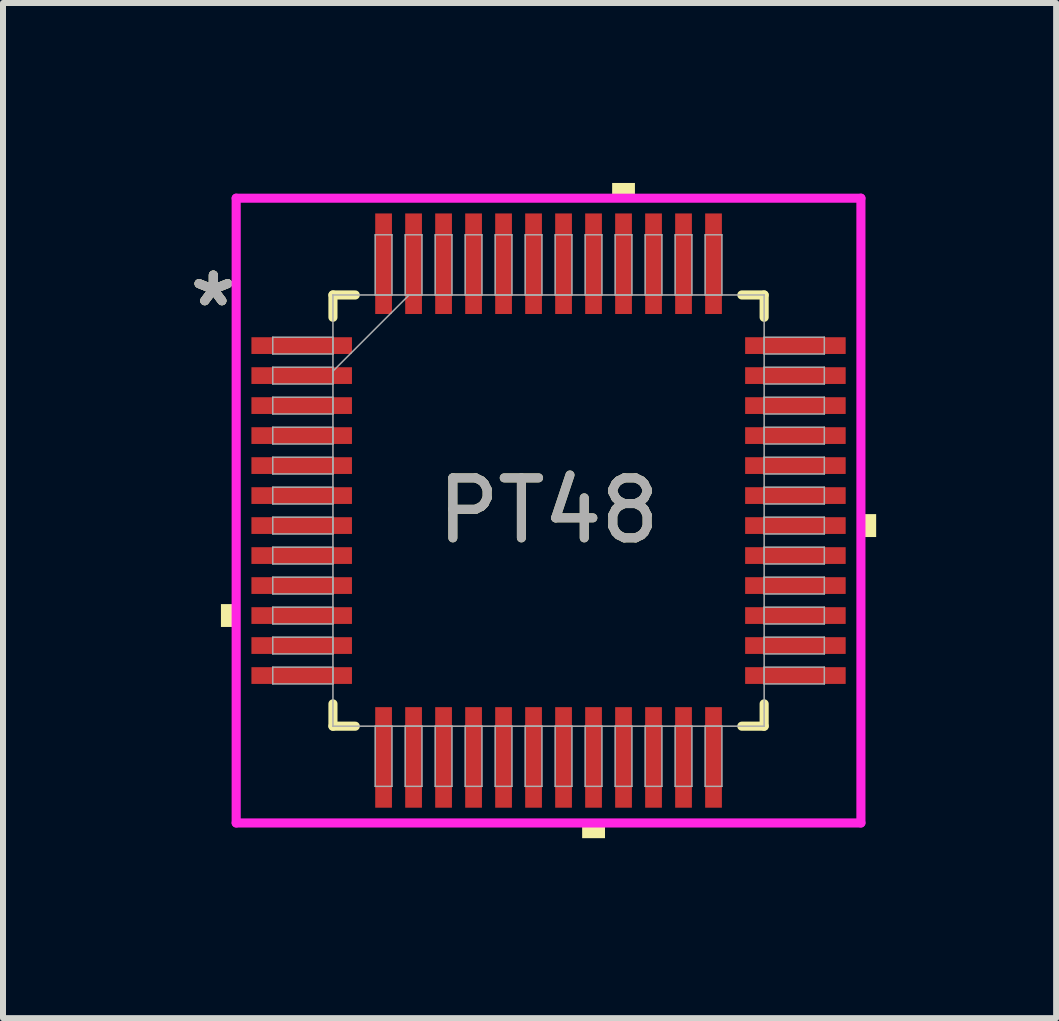
<source format=kicad_pcb>
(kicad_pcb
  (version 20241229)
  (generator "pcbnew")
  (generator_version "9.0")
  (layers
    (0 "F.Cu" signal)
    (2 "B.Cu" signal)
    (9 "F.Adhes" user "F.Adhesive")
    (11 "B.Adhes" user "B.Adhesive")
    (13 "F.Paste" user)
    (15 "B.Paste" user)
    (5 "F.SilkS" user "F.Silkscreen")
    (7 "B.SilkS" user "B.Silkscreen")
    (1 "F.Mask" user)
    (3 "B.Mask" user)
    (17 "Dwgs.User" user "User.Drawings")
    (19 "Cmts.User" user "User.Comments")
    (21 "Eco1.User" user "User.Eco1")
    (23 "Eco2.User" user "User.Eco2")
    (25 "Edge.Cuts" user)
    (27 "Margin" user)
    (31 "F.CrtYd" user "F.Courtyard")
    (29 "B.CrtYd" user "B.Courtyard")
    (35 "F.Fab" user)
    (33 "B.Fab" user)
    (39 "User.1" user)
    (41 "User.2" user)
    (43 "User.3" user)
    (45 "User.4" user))
  (footprint "PT48"
    (layer "F.Cu")
    (at 6.094 5.461)
    (property "Reference" "PT48" (at 0 0 0) (unlocked yes) (layer "F.SilkS") (effects (font (size 1 1) (thickness 0.15))))
    (attr smd)
    (fp_line (start -3.594 -3.594) (end -3.594 -3.222) (stroke (width 0.152) (type solid)) (layer "F.SilkS"))
    (fp_line (start -3.594 3.222) (end -3.594 3.594) (stroke (width 0.152) (type solid)) (layer "F.SilkS"))
    (fp_line (start -3.594 3.594) (end -3.222 3.594) (stroke (width 0.152) (type solid)) (layer "F.SilkS"))
    (fp_line (start -3.222 -3.594) (end -3.594 -3.594) (stroke (width 0.152) (type solid)) (layer "F.SilkS"))
    (fp_line (start 3.222 3.594) (end 3.594 3.594) (stroke (width 0.152) (type solid)) (layer "F.SilkS"))
    (fp_line (start 3.594 -3.594) (end 3.222 -3.594) (stroke (width 0.152) (type solid)) (layer "F.SilkS"))
    (fp_line (start 3.594 -3.222) (end 3.594 -3.594) (stroke (width 0.152) (type solid)) (layer "F.SilkS"))
    (fp_line (start 3.594 3.594) (end 3.594 3.222) (stroke (width 0.152) (type solid)) (layer "F.SilkS"))
    (fp_poly (pts (xy -5.461 1.559) (xy -5.461 1.94) (xy -5.207 1.94) (xy -5.207 1.559)) (stroke (width 0) (type solid)) (fill yes) (layer "F.SilkS"))
    (fp_poly (pts (xy 0.56 5.207) (xy 0.56 5.461) (xy 0.941 5.461) (xy 0.941 5.207)) (stroke (width 0) (type solid)) (fill yes) (layer "F.SilkS"))
    (fp_poly (pts (xy 1.06 -5.207) (xy 1.06 -5.461) (xy 1.44 -5.461) (xy 1.44 -5.207)) (stroke (width 0) (type solid)) (fill yes) (layer "F.SilkS"))
    (fp_poly (pts (xy 5.461 0.059) (xy 5.461 0.441) (xy 5.207 0.441) (xy 5.207 0.059)) (stroke (width 0) (type solid)) (fill yes) (layer "F.SilkS"))
    (fp_line (start -5.207 -5.207) (end 5.207 -5.207) (stroke (width 0.152) (type solid)) (layer "F.CrtYd"))
    (fp_line (start -5.207 5.207) (end -5.207 -5.207) (stroke (width 0.152) (type solid)) (layer "F.CrtYd"))
    (fp_line (start 5.207 -5.207) (end 5.207 5.207) (stroke (width 0.152) (type solid)) (layer "F.CrtYd"))
    (fp_line (start 5.207 5.207) (end -5.207 5.207) (stroke (width 0.152) (type solid)) (layer "F.CrtYd"))
    (fp_line (start -4.597 -2.89) (end -4.597 -2.61) (stroke (width 0.025) (type solid)) (layer "F.Fab"))
    (fp_line (start -4.597 -2.61) (end -3.594 -2.61) (stroke (width 0.025) (type solid)) (layer "F.Fab"))
    (fp_line (start -4.597 -2.39) (end -4.597 -2.11) (stroke (width 0.025) (type solid)) (layer "F.Fab"))
    (fp_line (start -4.597 -2.11) (end -3.594 -2.11) (stroke (width 0.025) (type solid)) (layer "F.Fab"))
    (fp_line (start -4.597 -1.89) (end -4.597 -1.61) (stroke (width 0.025) (type solid)) (layer "F.Fab"))
    (fp_line (start -4.597 -1.61) (end -3.594 -1.61) (stroke (width 0.025) (type solid)) (layer "F.Fab"))
    (fp_line (start -4.597 -1.39) (end -4.597 -1.11) (stroke (width 0.025) (type solid)) (layer "F.Fab"))
    (fp_line (start -4.597 -1.11) (end -3.594 -1.11) (stroke (width 0.025) (type solid)) (layer "F.Fab"))
    (fp_line (start -4.597 -0.89) (end -4.597 -0.61) (stroke (width 0.025) (type solid)) (layer "F.Fab"))
    (fp_line (start -4.597 -0.61) (end -3.594 -0.61) (stroke (width 0.025) (type solid)) (layer "F.Fab"))
    (fp_line (start -4.597 -0.39) (end -4.597 -0.11) (stroke (width 0.025) (type solid)) (layer "F.Fab"))
    (fp_line (start -4.597 -0.11) (end -3.594 -0.11) (stroke (width 0.025) (type solid)) (layer "F.Fab"))
    (fp_line (start -4.597 0.11) (end -4.597 0.39) (stroke (width 0.025) (type solid)) (layer "F.Fab"))
    (fp_line (start -4.597 0.39) (end -3.594 0.39) (stroke (width 0.025) (type solid)) (layer "F.Fab"))
    (fp_line (start -4.597 0.61) (end -4.597 0.89) (stroke (width 0.025) (type solid)) (layer "F.Fab"))
    (fp_line (start -4.597 0.89) (end -3.594 0.89) (stroke (width 0.025) (type solid)) (layer "F.Fab"))
    (fp_line (start -4.597 1.11) (end -4.597 1.39) (stroke (width 0.025) (type solid)) (layer "F.Fab"))
    (fp_line (start -4.597 1.39) (end -3.594 1.39) (stroke (width 0.025) (type solid)) (layer "F.Fab"))
    (fp_line (start -4.597 1.61) (end -4.597 1.89) (stroke (width 0.025) (type solid)) (layer "F.Fab"))
    (fp_line (start -4.597 1.89) (end -3.594 1.89) (stroke (width 0.025) (type solid)) (layer "F.Fab"))
    (fp_line (start -4.597 2.11) (end -4.597 2.39) (stroke (width 0.025) (type solid)) (layer "F.Fab"))
    (fp_line (start -4.597 2.39) (end -3.594 2.39) (stroke (width 0.025) (type solid)) (layer "F.Fab"))
    (fp_line (start -4.597 2.61) (end -4.597 2.89) (stroke (width 0.025) (type solid)) (layer "F.Fab"))
    (fp_line (start -4.597 2.89) (end -3.594 2.89) (stroke (width 0.025) (type solid)) (layer "F.Fab"))
    (fp_line (start -3.594 -3.594) (end -3.594 -3.594) (stroke (width 0.025) (type solid)) (layer "F.Fab"))
    (fp_line (start -3.594 -3.594) (end -3.594 3.594) (stroke (width 0.025) (type solid)) (layer "F.Fab"))
    (fp_line (start -3.594 -2.89) (end -4.597 -2.89) (stroke (width 0.025) (type solid)) (layer "F.Fab"))
    (fp_line (start -3.594 -2.61) (end -3.594 -2.89) (stroke (width 0.025) (type solid)) (layer "F.Fab"))
    (fp_line (start -3.594 -2.39) (end -4.597 -2.39) (stroke (width 0.025) (type solid)) (layer "F.Fab"))
    (fp_line (start -3.594 -2.324) (end -2.324 -3.594) (stroke (width 0.025) (type solid)) (layer "F.Fab"))
    (fp_line (start -3.594 -2.11) (end -3.594 -2.39) (stroke (width 0.025) (type solid)) (layer "F.Fab"))
    (fp_line (start -3.594 -1.89) (end -4.597 -1.89) (stroke (width 0.025) (type solid)) (layer "F.Fab"))
    (fp_line (start -3.594 -1.61) (end -3.594 -1.89) (stroke (width 0.025) (type solid)) (layer "F.Fab"))
    (fp_line (start -3.594 -1.39) (end -4.597 -1.39) (stroke (width 0.025) (type solid)) (layer "F.Fab"))
    (fp_line (start -3.594 -1.11) (end -3.594 -1.39) (stroke (width 0.025) (type solid)) (layer "F.Fab"))
    (fp_line (start -3.594 -0.89) (end -4.597 -0.89) (stroke (width 0.025) (type solid)) (layer "F.Fab"))
    (fp_line (start -3.594 -0.61) (end -3.594 -0.89) (stroke (width 0.025) (type solid)) (layer "F.Fab"))
    (fp_line (start -3.594 -0.39) (end -4.597 -0.39) (stroke (width 0.025) (type solid)) (layer "F.Fab"))
    (fp_line (start -3.594 -0.11) (end -3.594 -0.39) (stroke (width 0.025) (type solid)) (layer "F.Fab"))
    (fp_line (start -3.594 0.11) (end -4.597 0.11) (stroke (width 0.025) (type solid)) (layer "F.Fab"))
    (fp_line (start -3.594 0.39) (end -3.594 0.11) (stroke (width 0.025) (type solid)) (layer "F.Fab"))
    (fp_line (start -3.594 0.61) (end -4.597 0.61) (stroke (width 0.025) (type solid)) (layer "F.Fab"))
    (fp_line (start -3.594 0.89) (end -3.594 0.61) (stroke (width 0.025) (type solid)) (layer "F.Fab"))
    (fp_line (start -3.594 1.11) (end -4.597 1.11) (stroke (width 0.025) (type solid)) (layer "F.Fab"))
    (fp_line (start -3.594 1.39) (end -3.594 1.11) (stroke (width 0.025) (type solid)) (layer "F.Fab"))
    (fp_line (start -3.594 1.61) (end -4.597 1.61) (stroke (width 0.025) (type solid)) (layer "F.Fab"))
    (fp_line (start -3.594 1.89) (end -3.594 1.61) (stroke (width 0.025) (type solid)) (layer "F.Fab"))
    (fp_line (start -3.594 2.11) (end -4.597 2.11) (stroke (width 0.025) (type solid)) (layer "F.Fab"))
    (fp_line (start -3.594 2.39) (end -3.594 2.11) (stroke (width 0.025) (type solid)) (layer "F.Fab"))
    (fp_line (start -3.594 2.61) (end -4.597 2.61) (stroke (width 0.025) (type solid)) (layer "F.Fab"))
    (fp_line (start -3.594 2.89) (end -3.594 2.61) (stroke (width 0.025) (type solid)) (layer "F.Fab"))
    (fp_line (start -3.594 3.594) (end -3.594 3.594) (stroke (width 0.025) (type solid)) (layer "F.Fab"))
    (fp_line (start -3.594 3.594) (end 3.594 3.594) (stroke (width 0.025) (type solid)) (layer "F.Fab"))
    (fp_line (start -2.89 -4.597) (end -2.89 -3.594) (stroke (width 0.025) (type solid)) (layer "F.Fab"))
    (fp_line (start -2.89 -3.594) (end -2.61 -3.594) (stroke (width 0.025) (type solid)) (layer "F.Fab"))
    (fp_line (start -2.89 3.594) (end -2.89 4.597) (stroke (width 0.025) (type solid)) (layer "F.Fab"))
    (fp_line (start -2.89 4.597) (end -2.61 4.597) (stroke (width 0.025) (type solid)) (layer "F.Fab"))
    (fp_line (start -2.61 -4.597) (end -2.89 -4.597) (stroke (width 0.025) (type solid)) (layer "F.Fab"))
    (fp_line (start -2.61 -3.594) (end -2.61 -4.597) (stroke (width 0.025) (type solid)) (layer "F.Fab"))
    (fp_line (start -2.61 3.594) (end -2.89 3.594) (stroke (width 0.025) (type solid)) (layer "F.Fab"))
    (fp_line (start -2.61 4.597) (end -2.61 3.594) (stroke (width 0.025) (type solid)) (layer "F.Fab"))
    (fp_line (start -2.39 -4.597) (end -2.39 -3.594) (stroke (width 0.025) (type solid)) (layer "F.Fab"))
    (fp_line (start -2.39 -3.594) (end -2.11 -3.594) (stroke (width 0.025) (type solid)) (layer "F.Fab"))
    (fp_line (start -2.39 3.594) (end -2.39 4.597) (stroke (width 0.025) (type solid)) (layer "F.Fab"))
    (fp_line (start -2.39 4.597) (end -2.11 4.597) (stroke (width 0.025) (type solid)) (layer "F.Fab"))
    (fp_line (start -2.11 -4.597) (end -2.39 -4.597) (stroke (width 0.025) (type solid)) (layer "F.Fab"))
    (fp_line (start -2.11 -3.594) (end -2.11 -4.597) (stroke (width 0.025) (type solid)) (layer "F.Fab"))
    (fp_line (start -2.11 3.594) (end -2.39 3.594) (stroke (width 0.025) (type solid)) (layer "F.Fab"))
    (fp_line (start -2.11 4.597) (end -2.11 3.594) (stroke (width 0.025) (type solid)) (layer "F.Fab"))
    (fp_line (start -1.89 -4.597) (end -1.89 -3.594) (stroke (width 0.025) (type solid)) (layer "F.Fab"))
    (fp_line (start -1.89 -3.594) (end -1.61 -3.594) (stroke (width 0.025) (type solid)) (layer "F.Fab"))
    (fp_line (start -1.89 3.594) (end -1.89 4.597) (stroke (width 0.025) (type solid)) (layer "F.Fab"))
    (fp_line (start -1.89 4.597) (end -1.61 4.597) (stroke (width 0.025) (type solid)) (layer "F.Fab"))
    (fp_line (start -1.61 -4.597) (end -1.89 -4.597) (stroke (width 0.025) (type solid)) (layer "F.Fab"))
    (fp_line (start -1.61 -3.594) (end -1.61 -4.597) (stroke (width 0.025) (type solid)) (layer "F.Fab"))
    (fp_line (start -1.61 3.594) (end -1.89 3.594) (stroke (width 0.025) (type solid)) (layer "F.Fab"))
    (fp_line (start -1.61 4.597) (end -1.61 3.594) (stroke (width 0.025) (type solid)) (layer "F.Fab"))
    (fp_line (start -1.39 -4.597) (end -1.39 -3.594) (stroke (width 0.025) (type solid)) (layer "F.Fab"))
    (fp_line (start -1.39 -3.594) (end -1.11 -3.594) (stroke (width 0.025) (type solid)) (layer "F.Fab"))
    (fp_line (start -1.39 3.594) (end -1.39 4.597) (stroke (width 0.025) (type solid)) (layer "F.Fab"))
    (fp_line (start -1.39 4.597) (end -1.11 4.597) (stroke (width 0.025) (type solid)) (layer "F.Fab"))
    (fp_line (start -1.11 -4.597) (end -1.39 -4.597) (stroke (width 0.025) (type solid)) (layer "F.Fab"))
    (fp_line (start -1.11 -3.594) (end -1.11 -4.597) (stroke (width 0.025) (type solid)) (layer "F.Fab"))
    (fp_line (start -1.11 3.594) (end -1.39 3.594) (stroke (width 0.025) (type solid)) (layer "F.Fab"))
    (fp_line (start -1.11 4.597) (end -1.11 3.594) (stroke (width 0.025) (type solid)) (layer "F.Fab"))
    (fp_line (start -0.89 -4.597) (end -0.89 -3.594) (stroke (width 0.025) (type solid)) (layer "F.Fab"))
    (fp_line (start -0.89 -3.594) (end -0.61 -3.594) (stroke (width 0.025) (type solid)) (layer "F.Fab"))
    (fp_line (start -0.89 3.594) (end -0.89 4.597) (stroke (width 0.025) (type solid)) (layer "F.Fab"))
    (fp_line (start -0.89 4.597) (end -0.61 4.597) (stroke (width 0.025) (type solid)) (layer "F.Fab"))
    (fp_line (start -0.61 -4.597) (end -0.89 -4.597) (stroke (width 0.025) (type solid)) (layer "F.Fab"))
    (fp_line (start -0.61 -3.594) (end -0.61 -4.597) (stroke (width 0.025) (type solid)) (layer "F.Fab"))
    (fp_line (start -0.61 3.594) (end -0.89 3.594) (stroke (width 0.025) (type solid)) (layer "F.Fab"))
    (fp_line (start -0.61 4.597) (end -0.61 3.594) (stroke (width 0.025) (type solid)) (layer "F.Fab"))
    (fp_line (start -0.39 -4.597) (end -0.39 -3.594) (stroke (width 0.025) (type solid)) (layer "F.Fab"))
    (fp_line (start -0.39 -3.594) (end -0.11 -3.594) (stroke (width 0.025) (type solid)) (layer "F.Fab"))
    (fp_line (start -0.39 3.594) (end -0.39 4.597) (stroke (width 0.025) (type solid)) (layer "F.Fab"))
    (fp_line (start -0.39 4.597) (end -0.11 4.597) (stroke (width 0.025) (type solid)) (layer "F.Fab"))
    (fp_line (start -0.11 -4.597) (end -0.39 -4.597) (stroke (width 0.025) (type solid)) (layer "F.Fab"))
    (fp_line (start -0.11 -3.594) (end -0.11 -4.597) (stroke (width 0.025) (type solid)) (layer "F.Fab"))
    (fp_line (start -0.11 3.594) (end -0.39 3.594) (stroke (width 0.025) (type solid)) (layer "F.Fab"))
    (fp_line (start -0.11 4.597) (end -0.11 3.594) (stroke (width 0.025) (type solid)) (layer "F.Fab"))
    (fp_line (start 0.11 -4.597) (end 0.11 -3.594) (stroke (width 0.025) (type solid)) (layer "F.Fab"))
    (fp_line (start 0.11 -3.594) (end 0.39 -3.594) (stroke (width 0.025) (type solid)) (layer "F.Fab"))
    (fp_line (start 0.11 3.594) (end 0.11 4.597) (stroke (width 0.025) (type solid)) (layer "F.Fab"))
    (fp_line (start 0.11 4.597) (end 0.39 4.597) (stroke (width 0.025) (type solid)) (layer "F.Fab"))
    (fp_line (start 0.39 -4.597) (end 0.11 -4.597) (stroke (width 0.025) (type solid)) (layer "F.Fab"))
    (fp_line (start 0.39 -3.594) (end 0.39 -4.597) (stroke (width 0.025) (type solid)) (layer "F.Fab"))
    (fp_line (start 0.39 3.594) (end 0.11 3.594) (stroke (width 0.025) (type solid)) (layer "F.Fab"))
    (fp_line (start 0.39 4.597) (end 0.39 3.594) (stroke (width 0.025) (type solid)) (layer "F.Fab"))
    (fp_line (start 0.61 -4.597) (end 0.61 -3.594) (stroke (width 0.025) (type solid)) (layer "F.Fab"))
    (fp_line (start 0.61 -3.594) (end 0.89 -3.594) (stroke (width 0.025) (type solid)) (layer "F.Fab"))
    (fp_line (start 0.61 3.594) (end 0.61 4.597) (stroke (width 0.025) (type solid)) (layer "F.Fab"))
    (fp_line (start 0.61 4.597) (end 0.89 4.597) (stroke (width 0.025) (type solid)) (layer "F.Fab"))
    (fp_line (start 0.89 -4.597) (end 0.61 -4.597) (stroke (width 0.025) (type solid)) (layer "F.Fab"))
    (fp_line (start 0.89 -3.594) (end 0.89 -4.597) (stroke (width 0.025) (type solid)) (layer "F.Fab"))
    (fp_line (start 0.89 3.594) (end 0.61 3.594) (stroke (width 0.025) (type solid)) (layer "F.Fab"))
    (fp_line (start 0.89 4.597) (end 0.89 3.594) (stroke (width 0.025) (type solid)) (layer "F.Fab"))
    (fp_line (start 1.11 -4.597) (end 1.11 -3.594) (stroke (width 0.025) (type solid)) (layer "F.Fab"))
    (fp_line (start 1.11 -3.594) (end 1.39 -3.594) (stroke (width 0.025) (type solid)) (layer "F.Fab"))
    (fp_line (start 1.11 3.594) (end 1.11 4.597) (stroke (width 0.025) (type solid)) (layer "F.Fab"))
    (fp_line (start 1.11 4.597) (end 1.39 4.597) (stroke (width 0.025) (type solid)) (layer "F.Fab"))
    (fp_line (start 1.39 -4.597) (end 1.11 -4.597) (stroke (width 0.025) (type solid)) (layer "F.Fab"))
    (fp_line (start 1.39 -3.594) (end 1.39 -4.597) (stroke (width 0.025) (type solid)) (layer "F.Fab"))
    (fp_line (start 1.39 3.594) (end 1.11 3.594) (stroke (width 0.025) (type solid)) (layer "F.Fab"))
    (fp_line (start 1.39 4.597) (end 1.39 3.594) (stroke (width 0.025) (type solid)) (layer "F.Fab"))
    (fp_line (start 1.61 -4.597) (end 1.61 -3.594) (stroke (width 0.025) (type solid)) (layer "F.Fab"))
    (fp_line (start 1.61 -3.594) (end 1.89 -3.594) (stroke (width 0.025) (type solid)) (layer "F.Fab"))
    (fp_line (start 1.61 3.594) (end 1.61 4.597) (stroke (width 0.025) (type solid)) (layer "F.Fab"))
    (fp_line (start 1.61 4.597) (end 1.89 4.597) (stroke (width 0.025) (type solid)) (layer "F.Fab"))
    (fp_line (start 1.89 -4.597) (end 1.61 -4.597) (stroke (width 0.025) (type solid)) (layer "F.Fab"))
    (fp_line (start 1.89 -3.594) (end 1.89 -4.597) (stroke (width 0.025) (type solid)) (layer "F.Fab"))
    (fp_line (start 1.89 3.594) (end 1.61 3.594) (stroke (width 0.025) (type solid)) (layer "F.Fab"))
    (fp_line (start 1.89 4.597) (end 1.89 3.594) (stroke (width 0.025) (type solid)) (layer "F.Fab"))
    (fp_line (start 2.11 -4.597) (end 2.11 -3.594) (stroke (width 0.025) (type solid)) (layer "F.Fab"))
    (fp_line (start 2.11 -3.594) (end 2.39 -3.594) (stroke (width 0.025) (type solid)) (layer "F.Fab"))
    (fp_line (start 2.11 3.594) (end 2.11 4.597) (stroke (width 0.025) (type solid)) (layer "F.Fab"))
    (fp_line (start 2.11 4.597) (end 2.39 4.597) (stroke (width 0.025) (type solid)) (layer "F.Fab"))
    (fp_line (start 2.39 -4.597) (end 2.11 -4.597) (stroke (width 0.025) (type solid)) (layer "F.Fab"))
    (fp_line (start 2.39 -3.594) (end 2.39 -4.597) (stroke (width 0.025) (type solid)) (layer "F.Fab"))
    (fp_line (start 2.39 3.594) (end 2.11 3.594) (stroke (width 0.025) (type solid)) (layer "F.Fab"))
    (fp_line (start 2.39 4.597) (end 2.39 3.594) (stroke (width 0.025) (type solid)) (layer "F.Fab"))
    (fp_line (start 2.61 -4.597) (end 2.61 -3.594) (stroke (width 0.025) (type solid)) (layer "F.Fab"))
    (fp_line (start 2.61 -3.594) (end 2.89 -3.594) (stroke (width 0.025) (type solid)) (layer "F.Fab"))
    (fp_line (start 2.61 3.594) (end 2.61 4.597) (stroke (width 0.025) (type solid)) (layer "F.Fab"))
    (fp_line (start 2.61 4.597) (end 2.89 4.597) (stroke (width 0.025) (type solid)) (layer "F.Fab"))
    (fp_line (start 2.89 -4.597) (end 2.61 -4.597) (stroke (width 0.025) (type solid)) (layer "F.Fab"))
    (fp_line (start 2.89 -3.594) (end 2.89 -4.597) (stroke (width 0.025) (type solid)) (layer "F.Fab"))
    (fp_line (start 2.89 3.594) (end 2.61 3.594) (stroke (width 0.025) (type solid)) (layer "F.Fab"))
    (fp_line (start 2.89 4.597) (end 2.89 3.594) (stroke (width 0.025) (type solid)) (layer "F.Fab"))
    (fp_line (start 3.594 -3.594) (end -3.594 -3.594) (stroke (width 0.025) (type solid)) (layer "F.Fab"))
    (fp_line (start 3.594 -3.594) (end 3.594 -3.594) (stroke (width 0.025) (type solid)) (layer "F.Fab"))
    (fp_line (start 3.594 -2.89) (end 3.594 -2.61) (stroke (width 0.025) (type solid)) (layer "F.Fab"))
    (fp_line (start 3.594 -2.61) (end 4.597 -2.61) (stroke (width 0.025) (type solid)) (layer "F.Fab"))
    (fp_line (start 3.594 -2.39) (end 3.594 -2.11) (stroke (width 0.025) (type solid)) (layer "F.Fab"))
    (fp_line (start 3.594 -2.11) (end 4.597 -2.11) (stroke (width 0.025) (type solid)) (layer "F.Fab"))
    (fp_line (start 3.594 -1.89) (end 3.594 -1.61) (stroke (width 0.025) (type solid)) (layer "F.Fab"))
    (fp_line (start 3.594 -1.61) (end 4.597 -1.61) (stroke (width 0.025) (type solid)) (layer "F.Fab"))
    (fp_line (start 3.594 -1.39) (end 3.594 -1.11) (stroke (width 0.025) (type solid)) (layer "F.Fab"))
    (fp_line (start 3.594 -1.11) (end 4.597 -1.11) (stroke (width 0.025) (type solid)) (layer "F.Fab"))
    (fp_line (start 3.594 -0.89) (end 3.594 -0.61) (stroke (width 0.025) (type solid)) (layer "F.Fab"))
    (fp_line (start 3.594 -0.61) (end 4.597 -0.61) (stroke (width 0.025) (type solid)) (layer "F.Fab"))
    (fp_line (start 3.594 -0.39) (end 3.594 -0.11) (stroke (width 0.025) (type solid)) (layer "F.Fab"))
    (fp_line (start 3.594 -0.11) (end 4.597 -0.11) (stroke (width 0.025) (type solid)) (layer "F.Fab"))
    (fp_line (start 3.594 0.11) (end 3.594 0.39) (stroke (width 0.025) (type solid)) (layer "F.Fab"))
    (fp_line (start 3.594 0.39) (end 4.597 0.39) (stroke (width 0.025) (type solid)) (layer "F.Fab"))
    (fp_line (start 3.594 0.61) (end 3.594 0.89) (stroke (width 0.025) (type solid)) (layer "F.Fab"))
    (fp_line (start 3.594 0.89) (end 4.597 0.89) (stroke (width 0.025) (type solid)) (layer "F.Fab"))
    (fp_line (start 3.594 1.11) (end 3.594 1.39) (stroke (width 0.025) (type solid)) (layer "F.Fab"))
    (fp_line (start 3.594 1.39) (end 4.597 1.39) (stroke (width 0.025) (type solid)) (layer "F.Fab"))
    (fp_line (start 3.594 1.61) (end 3.594 1.89) (stroke (width 0.025) (type solid)) (layer "F.Fab"))
    (fp_line (start 3.594 1.89) (end 4.597 1.89) (stroke (width 0.025) (type solid)) (layer "F.Fab"))
    (fp_line (start 3.594 2.11) (end 3.594 2.39) (stroke (width 0.025) (type solid)) (layer "F.Fab"))
    (fp_line (start 3.594 2.39) (end 4.597 2.39) (stroke (width 0.025) (type solid)) (layer "F.Fab"))
    (fp_line (start 3.594 2.61) (end 3.594 2.89) (stroke (width 0.025) (type solid)) (layer "F.Fab"))
    (fp_line (start 3.594 2.89) (end 4.597 2.89) (stroke (width 0.025) (type solid)) (layer "F.Fab"))
    (fp_line (start 3.594 3.594) (end 3.594 -3.594) (stroke (width 0.025) (type solid)) (layer "F.Fab"))
    (fp_line (start 3.594 3.594) (end 3.594 3.594) (stroke (width 0.025) (type solid)) (layer "F.Fab"))
    (fp_line (start 4.597 -2.89) (end 3.594 -2.89) (stroke (width 0.025) (type solid)) (layer "F.Fab"))
    (fp_line (start 4.597 -2.61) (end 4.597 -2.89) (stroke (width 0.025) (type solid)) (layer "F.Fab"))
    (fp_line (start 4.597 -2.39) (end 3.594 -2.39) (stroke (width 0.025) (type solid)) (layer "F.Fab"))
    (fp_line (start 4.597 -2.11) (end 4.597 -2.39) (stroke (width 0.025) (type solid)) (layer "F.Fab"))
    (fp_line (start 4.597 -1.89) (end 3.594 -1.89) (stroke (width 0.025) (type solid)) (layer "F.Fab"))
    (fp_line (start 4.597 -1.61) (end 4.597 -1.89) (stroke (width 0.025) (type solid)) (layer "F.Fab"))
    (fp_line (start 4.597 -1.39) (end 3.594 -1.39) (stroke (width 0.025) (type solid)) (layer "F.Fab"))
    (fp_line (start 4.597 -1.11) (end 4.597 -1.39) (stroke (width 0.025) (type solid)) (layer "F.Fab"))
    (fp_line (start 4.597 -0.89) (end 3.594 -0.89) (stroke (width 0.025) (type solid)) (layer "F.Fab"))
    (fp_line (start 4.597 -0.61) (end 4.597 -0.89) (stroke (width 0.025) (type solid)) (layer "F.Fab"))
    (fp_line (start 4.597 -0.39) (end 3.594 -0.39) (stroke (width 0.025) (type solid)) (layer "F.Fab"))
    (fp_line (start 4.597 -0.11) (end 4.597 -0.39) (stroke (width 0.025) (type solid)) (layer "F.Fab"))
    (fp_line (start 4.597 0.11) (end 3.594 0.11) (stroke (width 0.025) (type solid)) (layer "F.Fab"))
    (fp_line (start 4.597 0.39) (end 4.597 0.11) (stroke (width 0.025) (type solid)) (layer "F.Fab"))
    (fp_line (start 4.597 0.61) (end 3.594 0.61) (stroke (width 0.025) (type solid)) (layer "F.Fab"))
    (fp_line (start 4.597 0.89) (end 4.597 0.61) (stroke (width 0.025) (type solid)) (layer "F.Fab"))
    (fp_line (start 4.597 1.11) (end 3.594 1.11) (stroke (width 0.025) (type solid)) (layer "F.Fab"))
    (fp_line (start 4.597 1.39) (end 4.597 1.11) (stroke (width 0.025) (type solid)) (layer "F.Fab"))
    (fp_line (start 4.597 1.61) (end 3.594 1.61) (stroke (width 0.025) (type solid)) (layer "F.Fab"))
    (fp_line (start 4.597 1.89) (end 4.597 1.61) (stroke (width 0.025) (type solid)) (layer "F.Fab"))
    (fp_line (start 4.597 2.11) (end 3.594 2.11) (stroke (width 0.025) (type solid)) (layer "F.Fab"))
    (fp_line (start 4.597 2.39) (end 4.597 2.11) (stroke (width 0.025) (type solid)) (layer "F.Fab"))
    (fp_line (start 4.597 2.61) (end 3.594 2.61) (stroke (width 0.025) (type solid)) (layer "F.Fab"))
    (fp_line (start 4.597 2.89) (end 4.597 2.61) (stroke (width 0.025) (type solid)) (layer "F.Fab"))
    (fp_text user "*" (at -5.588 -3.381 0) (unlocked yes) (layer "F.SilkS") (effects (font (size 1 1) (thickness 0.15))))
    (fp_text user "*" (at -5.588 -3.381 0) (layer "F.SilkS") (effects (font (size 1 1) (thickness 0.15))))
    (fp_text user "*" (at -5.588 -3.381 0) (layer "F.Fab") (effects (font (size 1 1) (thickness 0.15))))
    (fp_text user "${REFERENCE}" (at 0 0 0) (unlocked yes) (layer "F.Fab") (effects (font (size 1 1) (thickness 0.15))))
    (fp_text user "*" (at -5.588 -3.381 0) (unlocked yes) (layer "F.Fab") (effects (font (size 1 1) (thickness 0.15))))
    (pad "1" smd rect (at -4.115 -2.75 90) (size 0.279 1.676) (layers "F.Cu" "F.Mask" "F.Paste"))
    (pad "2" smd rect (at -4.115 -2.25 90) (size 0.279 1.676) (layers "F.Cu" "F.Mask" "F.Paste"))
    (pad "3" smd rect (at -4.115 -1.75 90) (size 0.279 1.676) (layers "F.Cu" "F.Mask" "F.Paste"))
    (pad "4" smd rect (at -4.115 -1.25 90) (size 0.279 1.676) (layers "F.Cu" "F.Mask" "F.Paste"))
    (pad "5" smd rect (at -4.115 -0.75 90) (size 0.279 1.676) (layers "F.Cu" "F.Mask" "F.Paste"))
    (pad "6" smd rect (at -4.115 -0.25 90) (size 0.279 1.676) (layers "F.Cu" "F.Mask" "F.Paste"))
    (pad "7" smd rect (at -4.115 0.25 90) (size 0.279 1.676) (layers "F.Cu" "F.Mask" "F.Paste"))
    (pad "8" smd rect (at -4.115 0.75 90) (size 0.279 1.676) (layers "F.Cu" "F.Mask" "F.Paste"))
    (pad "9" smd rect (at -4.115 1.25 90) (size 0.279 1.676) (layers "F.Cu" "F.Mask" "F.Paste"))
    (pad "10" smd rect (at -4.115 1.75 90) (size 0.279 1.676) (layers "F.Cu" "F.Mask" "F.Paste"))
    (pad "11" smd rect (at -4.115 2.25 90) (size 0.279 1.676) (layers "F.Cu" "F.Mask" "F.Paste"))
    (pad "12" smd rect (at -4.115 2.75 90) (size 0.279 1.676) (layers "F.Cu" "F.Mask" "F.Paste"))
    (pad "13" smd rect (at -2.75 4.115) (size 0.279 1.676) (layers "F.Cu" "F.Mask" "F.Paste"))
    (pad "14" smd rect (at -2.25 4.115) (size 0.279 1.676) (layers "F.Cu" "F.Mask" "F.Paste"))
    (pad "15" smd rect (at -1.75 4.115) (size 0.279 1.676) (layers "F.Cu" "F.Mask" "F.Paste"))
    (pad "16" smd rect (at -1.25 4.115) (size 0.279 1.676) (layers "F.Cu" "F.Mask" "F.Paste"))
    (pad "17" smd rect (at -0.75 4.115) (size 0.279 1.676) (layers "F.Cu" "F.Mask" "F.Paste"))
    (pad "18" smd rect (at -0.25 4.115) (size 0.279 1.676) (layers "F.Cu" "F.Mask" "F.Paste"))
    (pad "19" smd rect (at 0.25 4.115) (size 0.279 1.676) (layers "F.Cu" "F.Mask" "F.Paste"))
    (pad "20" smd rect (at 0.75 4.115) (size 0.279 1.676) (layers "F.Cu" "F.Mask" "F.Paste"))
    (pad "21" smd rect (at 1.25 4.115) (size 0.279 1.676) (layers "F.Cu" "F.Mask" "F.Paste"))
    (pad "22" smd rect (at 1.75 4.115) (size 0.279 1.676) (layers "F.Cu" "F.Mask" "F.Paste"))
    (pad "23" smd rect (at 2.25 4.115) (size 0.279 1.676) (layers "F.Cu" "F.Mask" "F.Paste"))
    (pad "24" smd rect (at 2.75 4.115) (size 0.279 1.676) (layers "F.Cu" "F.Mask" "F.Paste"))
    (pad "25" smd rect (at 4.115 2.75 90) (size 0.279 1.676) (layers "F.Cu" "F.Mask" "F.Paste"))
    (pad "26" smd rect (at 4.115 2.25 90) (size 0.279 1.676) (layers "F.Cu" "F.Mask" "F.Paste"))
    (pad "27" smd rect (at 4.115 1.75 90) (size 0.279 1.676) (layers "F.Cu" "F.Mask" "F.Paste"))
    (pad "28" smd rect (at 4.115 1.25 90) (size 0.279 1.676) (layers "F.Cu" "F.Mask" "F.Paste"))
    (pad "29" smd rect (at 4.115 0.75 90) (size 0.279 1.676) (layers "F.Cu" "F.Mask" "F.Paste"))
    (pad "30" smd rect (at 4.115 0.25 90) (size 0.279 1.676) (layers "F.Cu" "F.Mask" "F.Paste"))
    (pad "31" smd rect (at 4.115 -0.25 90) (size 0.279 1.676) (layers "F.Cu" "F.Mask" "F.Paste"))
    (pad "32" smd rect (at 4.115 -0.75 90) (size 0.279 1.676) (layers "F.Cu" "F.Mask" "F.Paste"))
    (pad "33" smd rect (at 4.115 -1.25 90) (size 0.279 1.676) (layers "F.Cu" "F.Mask" "F.Paste"))
    (pad "34" smd rect (at 4.115 -1.75 90) (size 0.279 1.676) (layers "F.Cu" "F.Mask" "F.Paste"))
    (pad "35" smd rect (at 4.115 -2.25 90) (size 0.279 1.676) (layers "F.Cu" "F.Mask" "F.Paste"))
    (pad "36" smd rect (at 4.115 -2.75 90) (size 0.279 1.676) (layers "F.Cu" "F.Mask" "F.Paste"))
    (pad "37" smd rect (at 2.75 -4.115) (size 0.279 1.676) (layers "F.Cu" "F.Mask" "F.Paste"))
    (pad "38" smd rect (at 2.25 -4.115) (size 0.279 1.676) (layers "F.Cu" "F.Mask" "F.Paste"))
    (pad "39" smd rect (at 1.75 -4.115) (size 0.279 1.676) (layers "F.Cu" "F.Mask" "F.Paste"))
    (pad "40" smd rect (at 1.25 -4.115) (size 0.279 1.676) (layers "F.Cu" "F.Mask" "F.Paste"))
    (pad "41" smd rect (at 0.75 -4.115) (size 0.279 1.676) (layers "F.Cu" "F.Mask" "F.Paste"))
    (pad "42" smd rect (at 0.25 -4.115) (size 0.279 1.676) (layers "F.Cu" "F.Mask" "F.Paste"))
    (pad "43" smd rect (at -0.25 -4.115) (size 0.279 1.676) (layers "F.Cu" "F.Mask" "F.Paste"))
    (pad "44" smd rect (at -0.75 -4.115) (size 0.279 1.676) (layers "F.Cu" "F.Mask" "F.Paste"))
    (pad "45" smd rect (at -1.25 -4.115) (size 0.279 1.676) (layers "F.Cu" "F.Mask" "F.Paste"))
    (pad "46" smd rect (at -1.75 -4.115) (size 0.279 1.676) (layers "F.Cu" "F.Mask" "F.Paste"))
    (pad "47" smd rect (at -2.25 -4.115) (size 0.279 1.676) (layers "F.Cu" "F.Mask" "F.Paste"))
    (pad "48" smd rect (at -2.75 -4.115) (size 0.279 1.676) (layers "F.Cu" "F.Mask" "F.Paste")))
  (gr_rect
    (start -3 -3)
    (end 14.555 13.922)
    (stroke (width 0.1) (type default))
    (fill no)
    (layer "Edge.Cuts")))
</source>
